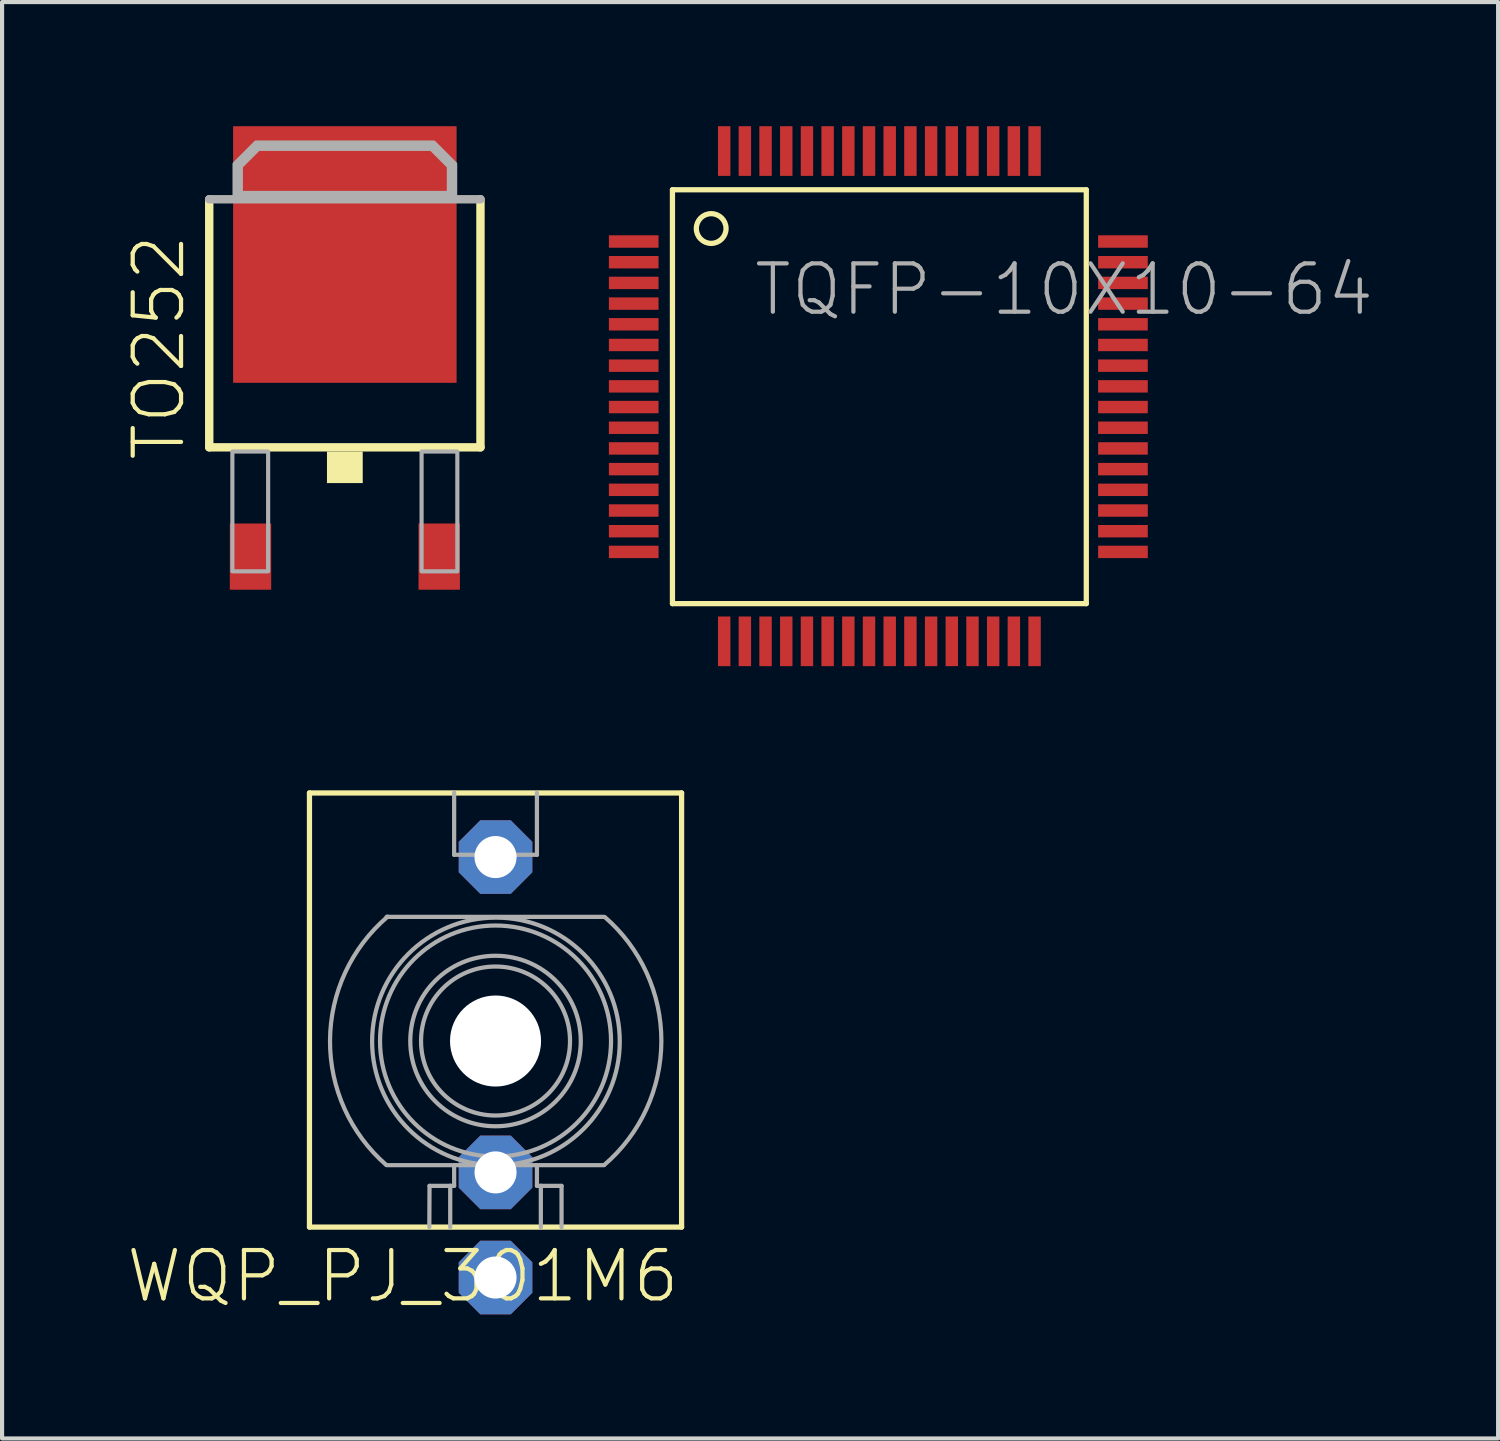
<source format=kicad_pcb>
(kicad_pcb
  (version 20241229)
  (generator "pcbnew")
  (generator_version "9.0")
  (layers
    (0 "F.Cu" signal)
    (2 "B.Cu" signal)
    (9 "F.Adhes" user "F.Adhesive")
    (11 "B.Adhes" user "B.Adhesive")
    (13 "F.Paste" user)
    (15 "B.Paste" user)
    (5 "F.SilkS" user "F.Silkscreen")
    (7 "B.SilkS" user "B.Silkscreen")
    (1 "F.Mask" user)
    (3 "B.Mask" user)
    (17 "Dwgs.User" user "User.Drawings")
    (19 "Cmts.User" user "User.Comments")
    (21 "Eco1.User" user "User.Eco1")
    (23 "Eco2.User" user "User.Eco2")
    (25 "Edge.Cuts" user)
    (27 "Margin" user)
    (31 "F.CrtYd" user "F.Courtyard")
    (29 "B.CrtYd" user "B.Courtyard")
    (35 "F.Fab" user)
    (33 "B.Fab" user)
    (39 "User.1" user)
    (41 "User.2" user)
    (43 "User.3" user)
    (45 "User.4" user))
  (footprint "TO252"
    (layer "F.Cu")
    (at 5.283 5.6)
    (property "Reference" "TO252" (at -3.81 2.54 90) (layer "F.SilkS") (effects (font (size 1.168 1.168) (thickness 0.102)) (justify left bottom)))
    (fp_line (start -3.277 2.159) (end -3.277 -3.835) (stroke (width 0.203) (type solid)) (layer "F.SilkS"))
    (fp_line (start 3.277 -3.835) (end 3.277 2.159) (stroke (width 0.203) (type solid)) (layer "F.SilkS"))
    (fp_line (start 3.277 2.159) (end -3.277 2.159) (stroke (width 0.203) (type solid)) (layer "F.SilkS"))
    (fp_poly (pts (xy -0.432 3.023) (xy 0.432 3.023) (xy 0.432 2.261) (xy -0.432 2.261)) (stroke (width 0) (type solid)) (fill yes) (layer "F.SilkS"))
    (fp_line (start -3.277 -3.835) (end 3.277 -3.835) (stroke (width 0.203) (type solid)) (layer "F.Fab"))
    (fp_line (start -2.565 -4.648) (end -2.108 -5.105) (stroke (width 0.203) (type solid)) (layer "F.Fab"))
    (fp_line (start -2.565 -3.937) (end -2.565 -4.648) (stroke (width 0.203) (type solid)) (layer "F.Fab"))
    (fp_line (start -2.108 -5.105) (end 2.108 -5.105) (stroke (width 0.203) (type solid)) (layer "F.Fab"))
    (fp_line (start 2.108 -5.105) (end 2.565 -4.648) (stroke (width 0.203) (type solid)) (layer "F.Fab"))
    (fp_line (start 2.565 -4.648) (end 2.565 -3.937) (stroke (width 0.203) (type solid)) (layer "F.Fab"))
    (fp_line (start 2.565 -3.937) (end -2.565 -3.937) (stroke (width 0.203) (type solid)) (layer "F.Fab"))
    (fp_poly (pts (xy -2.718 5.156) (xy -1.854 5.156) (xy -1.854 2.261) (xy -2.718 2.261)) (stroke (width 0.1) (type solid)) (fill no) (layer "F.Fab"))
    (fp_poly (pts (xy 1.854 5.156) (xy 2.718 5.156) (xy 2.718 2.261) (xy 1.854 2.261)) (stroke (width 0.1) (type solid)) (fill no) (layer "F.Fab"))
    (fp_poly (pts (xy 2.665 -4.69) (xy 2.665 -3.837) (xy -2.665 -3.837) (xy -2.665 -4.69) (xy -2.15 -5.205) (xy 2.15 -5.205)) (stroke (width 0.1) (type solid)) (fill no) (layer "F.Fab"))
    (pad "1" smd rect (at -2.28 4.8) (size 1 1.6) (layers "F.Cu" "F.Mask" "F.Paste"))
    (pad "2" smd rect (at 2.28 4.8) (size 1 1.6) (layers "F.Cu" "F.Mask" "F.Paste"))
    (pad "3" smd rect (at 0 -2.5) (size 5.4 6.2) (layers "F.Cu" "F.Mask" "F.Paste")))
  (footprint "TQFP-10X10-64"
    (layer "F.Cu")
    (at 18.199 6.536)
    (property "Reference" "TQFP-10X10-64" (at -3.086 -1.906 0) (layer "F.Fab") (effects (font (size 1.168 1.168) (thickness 0.102)) (justify left bottom)))
    (fp_line (start -5 -5) (end -5 5) (stroke (width 0.127) (type solid)) (layer "F.SilkS"))
    (fp_line (start -5 5) (end 5 5) (stroke (width 0.127) (type solid)) (layer "F.SilkS"))
    (fp_line (start 5 -5) (end -5 -5) (stroke (width 0.127) (type solid)) (layer "F.SilkS"))
    (fp_line (start 5 5) (end 5 -5) (stroke (width 0.127) (type solid)) (layer "F.SilkS"))
    (fp_circle (center -4.064 -4.064) (end -3.705 -4.064) (stroke (width 0.127) (type solid)) (fill no) (layer "F.SilkS"))
    (pad "1" smd rect (at -5.936 -3.75 270) (size 0.3 1.2) (layers "F.Cu" "F.Mask" "F.Paste"))
    (pad "2" smd rect (at -5.936 -3.25 270) (size 0.3 1.2) (layers "F.Cu" "F.Mask" "F.Paste"))
    (pad "3" smd rect (at -5.936 -2.75 270) (size 0.3 1.2) (layers "F.Cu" "F.Mask" "F.Paste"))
    (pad "4" smd rect (at -5.936 -2.25 270) (size 0.3 1.2) (layers "F.Cu" "F.Mask" "F.Paste"))
    (pad "5" smd rect (at -5.936 -1.75 270) (size 0.3 1.2) (layers "F.Cu" "F.Mask" "F.Paste"))
    (pad "6" smd rect (at -5.936 -1.25 270) (size 0.3 1.2) (layers "F.Cu" "F.Mask" "F.Paste"))
    (pad "7" smd rect (at -5.936 -0.75 270) (size 0.3 1.2) (layers "F.Cu" "F.Mask" "F.Paste"))
    (pad "8" smd rect (at -5.936 -0.25 270) (size 0.3 1.2) (layers "F.Cu" "F.Mask" "F.Paste"))
    (pad "9" smd rect (at -5.936 0.25 270) (size 0.3 1.2) (layers "F.Cu" "F.Mask" "F.Paste"))
    (pad "10" smd rect (at -5.936 0.75 270) (size 0.3 1.2) (layers "F.Cu" "F.Mask" "F.Paste"))
    (pad "11" smd rect (at -5.936 1.25 270) (size 0.3 1.2) (layers "F.Cu" "F.Mask" "F.Paste"))
    (pad "12" smd rect (at -5.936 1.75 270) (size 0.3 1.2) (layers "F.Cu" "F.Mask" "F.Paste"))
    (pad "13" smd rect (at -5.936 2.25 270) (size 0.3 1.2) (layers "F.Cu" "F.Mask" "F.Paste"))
    (pad "14" smd rect (at -5.936 2.75 270) (size 0.3 1.2) (layers "F.Cu" "F.Mask" "F.Paste"))
    (pad "15" smd rect (at -5.936 3.25 270) (size 0.3 1.2) (layers "F.Cu" "F.Mask" "F.Paste"))
    (pad "16" smd rect (at -5.936 3.75 270) (size 0.3 1.2) (layers "F.Cu" "F.Mask" "F.Paste"))
    (pad "17" smd rect (at -3.75 5.911) (size 0.3 1.2) (layers "F.Cu" "F.Mask" "F.Paste"))
    (pad "18" smd rect (at -3.25 5.911) (size 0.3 1.2) (layers "F.Cu" "F.Mask" "F.Paste"))
    (pad "19" smd rect (at -2.75 5.911) (size 0.3 1.2) (layers "F.Cu" "F.Mask" "F.Paste"))
    (pad "20" smd rect (at -2.25 5.911) (size 0.3 1.2) (layers "F.Cu" "F.Mask" "F.Paste"))
    (pad "21" smd rect (at -1.75 5.911) (size 0.3 1.2) (layers "F.Cu" "F.Mask" "F.Paste"))
    (pad "22" smd rect (at -1.25 5.911) (size 0.3 1.2) (layers "F.Cu" "F.Mask" "F.Paste"))
    (pad "23" smd rect (at -0.75 5.911) (size 0.3 1.2) (layers "F.Cu" "F.Mask" "F.Paste"))
    (pad "24" smd rect (at -0.25 5.911) (size 0.3 1.2) (layers "F.Cu" "F.Mask" "F.Paste"))
    (pad "25" smd rect (at 0.25 5.911) (size 0.3 1.2) (layers "F.Cu" "F.Mask" "F.Paste"))
    (pad "26" smd rect (at 0.75 5.911) (size 0.3 1.2) (layers "F.Cu" "F.Mask" "F.Paste"))
    (pad "27" smd rect (at 1.25 5.911) (size 0.3 1.2) (layers "F.Cu" "F.Mask" "F.Paste"))
    (pad "28" smd rect (at 1.75 5.911) (size 0.3 1.2) (layers "F.Cu" "F.Mask" "F.Paste"))
    (pad "29" smd rect (at 2.25 5.911) (size 0.3 1.2) (layers "F.Cu" "F.Mask" "F.Paste"))
    (pad "30" smd rect (at 2.75 5.911) (size 0.3 1.2) (layers "F.Cu" "F.Mask" "F.Paste"))
    (pad "31" smd rect (at 3.25 5.911) (size 0.3 1.2) (layers "F.Cu" "F.Mask" "F.Paste"))
    (pad "32" smd rect (at 3.75 5.911) (size 0.3 1.2) (layers "F.Cu" "F.Mask" "F.Paste"))
    (pad "33" smd rect (at 5.886 3.75 90) (size 0.3 1.2) (layers "F.Cu" "F.Mask" "F.Paste"))
    (pad "34" smd rect (at 5.886 3.25 90) (size 0.3 1.2) (layers "F.Cu" "F.Mask" "F.Paste"))
    (pad "35" smd rect (at 5.886 2.75 90) (size 0.3 1.2) (layers "F.Cu" "F.Mask" "F.Paste"))
    (pad "36" smd rect (at 5.886 2.25 90) (size 0.3 1.2) (layers "F.Cu" "F.Mask" "F.Paste"))
    (pad "37" smd rect (at 5.886 1.75 90) (size 0.3 1.2) (layers "F.Cu" "F.Mask" "F.Paste"))
    (pad "38" smd rect (at 5.886 1.25 90) (size 0.3 1.2) (layers "F.Cu" "F.Mask" "F.Paste"))
    (pad "39" smd rect (at 5.886 0.75 90) (size 0.3 1.2) (layers "F.Cu" "F.Mask" "F.Paste"))
    (pad "40" smd rect (at 5.886 0.25 90) (size 0.3 1.2) (layers "F.Cu" "F.Mask" "F.Paste"))
    (pad "41" smd rect (at 5.886 -0.25 90) (size 0.3 1.2) (layers "F.Cu" "F.Mask" "F.Paste"))
    (pad "42" smd rect (at 5.886 -0.75 90) (size 0.3 1.2) (layers "F.Cu" "F.Mask" "F.Paste"))
    (pad "43" smd rect (at 5.886 -1.25 90) (size 0.3 1.2) (layers "F.Cu" "F.Mask" "F.Paste"))
    (pad "44" smd rect (at 5.886 -1.75 90) (size 0.3 1.2) (layers "F.Cu" "F.Mask" "F.Paste"))
    (pad "45" smd rect (at 5.886 -2.25 90) (size 0.3 1.2) (layers "F.Cu" "F.Mask" "F.Paste"))
    (pad "46" smd rect (at 5.886 -2.75 90) (size 0.3 1.2) (layers "F.Cu" "F.Mask" "F.Paste"))
    (pad "47" smd rect (at 5.886 -3.25 90) (size 0.3 1.2) (layers "F.Cu" "F.Mask" "F.Paste"))
    (pad "48" smd rect (at 5.886 -3.75 90) (size 0.3 1.2) (layers "F.Cu" "F.Mask" "F.Paste"))
    (pad "49" smd rect (at 3.75 -5.936 180) (size 0.3 1.2) (layers "F.Cu" "F.Mask" "F.Paste"))
    (pad "50" smd rect (at 3.25 -5.936 180) (size 0.3 1.2) (layers "F.Cu" "F.Mask" "F.Paste"))
    (pad "51" smd rect (at 2.75 -5.936 180) (size 0.3 1.2) (layers "F.Cu" "F.Mask" "F.Paste"))
    (pad "52" smd rect (at 2.25 -5.936 180) (size 0.3 1.2) (layers "F.Cu" "F.Mask" "F.Paste"))
    (pad "53" smd rect (at 1.75 -5.936 180) (size 0.3 1.2) (layers "F.Cu" "F.Mask" "F.Paste"))
    (pad "54" smd rect (at 1.25 -5.936 180) (size 0.3 1.2) (layers "F.Cu" "F.Mask" "F.Paste"))
    (pad "55" smd rect (at 0.75 -5.936 180) (size 0.3 1.2) (layers "F.Cu" "F.Mask" "F.Paste"))
    (pad "56" smd rect (at 0.25 -5.936 180) (size 0.3 1.2) (layers "F.Cu" "F.Mask" "F.Paste"))
    (pad "57" smd rect (at -0.25 -5.936 180) (size 0.3 1.2) (layers "F.Cu" "F.Mask" "F.Paste"))
    (pad "58" smd rect (at -0.75 -5.936 180) (size 0.3 1.2) (layers "F.Cu" "F.Mask" "F.Paste"))
    (pad "59" smd rect (at -1.25 -5.936 180) (size 0.3 1.2) (layers "F.Cu" "F.Mask" "F.Paste"))
    (pad "60" smd rect (at -1.75 -5.936 180) (size 0.3 1.2) (layers "F.Cu" "F.Mask" "F.Paste"))
    (pad "61" smd rect (at -2.25 -5.936 180) (size 0.3 1.2) (layers "F.Cu" "F.Mask" "F.Paste"))
    (pad "62" smd rect (at -2.75 -5.936 180) (size 0.3 1.2) (layers "F.Cu" "F.Mask" "F.Paste"))
    (pad "63" smd rect (at -3.25 -5.936 180) (size 0.3 1.2) (layers "F.Cu" "F.Mask" "F.Paste"))
    (pad "64" smd rect (at -3.75 -5.936 180) (size 0.3 1.2) (layers "F.Cu" "F.Mask" "F.Paste")))
  (footprint "WQP_PJ_301M6"
    (layer "F.Cu")
    (at 8.924 22.105)
    (property "Reference" "WQP_PJ_301M6" (at 4.5 5 0) (layer "F.SilkS") (effects (font (size 1.168 1.168) (thickness 0.102)) (justify right top)))
    (fp_line (start -4.496 -5.994) (end 4.496 -5.994) (stroke (width 0.127) (type solid)) (layer "F.SilkS"))
    (fp_line (start -4.496 4.496) (end -4.496 -5.994) (stroke (width 0.127) (type solid)) (layer "F.SilkS"))
    (fp_line (start 4.496 -5.994) (end 4.496 4.496) (stroke (width 0.127) (type solid)) (layer "F.SilkS"))
    (fp_line (start 4.496 4.496) (end -4.496 4.496) (stroke (width 0.127) (type solid)) (layer "F.SilkS"))
    (fp_line (start -2.631 -3) (end 2.62 -3) (stroke (width 0.102) (type solid)) (layer "F.Fab"))
    (fp_line (start -2.631 3) (end 2.62 3) (stroke (width 0.102) (type solid)) (layer "F.Fab"))
    (fp_line (start -1.6 4.496) (end -1.595 3.5) (stroke (width 0.102) (type solid)) (layer "F.Fab"))
    (fp_line (start -1.595 3.5) (end -1.095 3.5) (stroke (width 0.102) (type solid)) (layer "F.Fab"))
    (fp_line (start -1.095 3.5) (end -1.095 4.5) (stroke (width 0.102) (type solid)) (layer "F.Fab"))
    (fp_line (start -1.095 3.5) (end -1 3.5) (stroke (width 0.102) (type solid)) (layer "F.Fab"))
    (fp_line (start -1 -4.5) (end -1 -6) (stroke (width 0.102) (type solid)) (layer "F.Fab"))
    (fp_line (start -1 0) (end 1 0) (stroke (width 0.102) (type solid)) (layer "F.Fab"))
    (fp_line (start -1 3.5) (end -1 3) (stroke (width 0.102) (type solid)) (layer "F.Fab"))
    (fp_line (start 0 -1) (end 0 1) (stroke (width 0.102) (type solid)) (layer "F.Fab"))
    (fp_line (start 1 -6) (end 1 -4.5) (stroke (width 0.102) (type solid)) (layer "F.Fab"))
    (fp_line (start 1 -4.5) (end -1 -4.5) (stroke (width 0.102) (type solid)) (layer "F.Fab"))
    (fp_line (start 1 3) (end 1 3.5) (stroke (width 0.102) (type solid)) (layer "F.Fab"))
    (fp_line (start 1 3.5) (end 1.095 3.5) (stroke (width 0.102) (type solid)) (layer "F.Fab"))
    (fp_line (start 1.095 3.5) (end 1.095 4.5) (stroke (width 0.102) (type solid)) (layer "F.Fab"))
    (fp_line (start 1.095 3.5) (end 1.595 3.5) (stroke (width 0.102) (type solid)) (layer "F.Fab"))
    (fp_line (start 1.595 3.5) (end 1.595 4.5) (stroke (width 0.102) (type solid)) (layer "F.Fab"))
    (fp_arc (start -2.641998 2.994) (mid -3.999529 -0.012791) (end -2.608 -3.004) (stroke (width 0.1016) (type solid)) (layer "F.Fab"))
    (fp_arc (start 2.642 -2.994) (mid 4.007235 0.003208) (end 2.628 2.994) (stroke (width 0.1016) (type solid)) (layer "F.Fab"))
    (fp_circle (center 0 0) (end 1.8 0) (stroke (width 0.102) (type solid)) (fill no) (layer "F.Fab"))
    (fp_circle (center 0 0) (end 2.06 0) (stroke (width 0.102) (type solid)) (fill no) (layer "F.Fab"))
    (fp_circle (center 0 0) (end 2.791 0) (stroke (width 0.102) (type solid)) (fill no) (layer "F.Fab"))
    (fp_circle (center 0.01 0.01) (end 3.002 0.01) (stroke (width 0.102) (type solid)) (fill no) (layer "F.Fab"))
    (pad "" np_thru_hole circle (at 0 0) (size 2.2 2.2) (drill 2.2) (layers "*.Cu" "*.Mask"))
    (pad "P1" thru_hole roundrect (at 0 5.715) (size 1.778 1.778) (drill 1.016) (layers "*.Cu" "*.Mask") (roundrect_rratio 0.25) (chamfer_ratio 0.293) (chamfer top_left top_right bottom_left bottom_right))
    (pad "P2" thru_hole roundrect (at 0 3.175) (size 1.778 1.778) (drill 1.016) (layers "*.Cu" "*.Mask") (roundrect_rratio 0.25) (chamfer_ratio 0.293) (chamfer top_left top_right bottom_left bottom_right))
    (pad "P3" thru_hole roundrect (at 0 -4.445) (size 1.778 1.778) (drill 1.016) (layers "*.Cu" "*.Mask") (roundrect_rratio 0.25) (chamfer_ratio 0.293) (chamfer top_left top_right bottom_left bottom_right)))
  (gr_rect
    (start -3 -3)
    (end 33.15 31.709)
    (stroke (width 0.1) (type default))
    (fill no)
    (layer "Edge.Cuts")))
</source>
